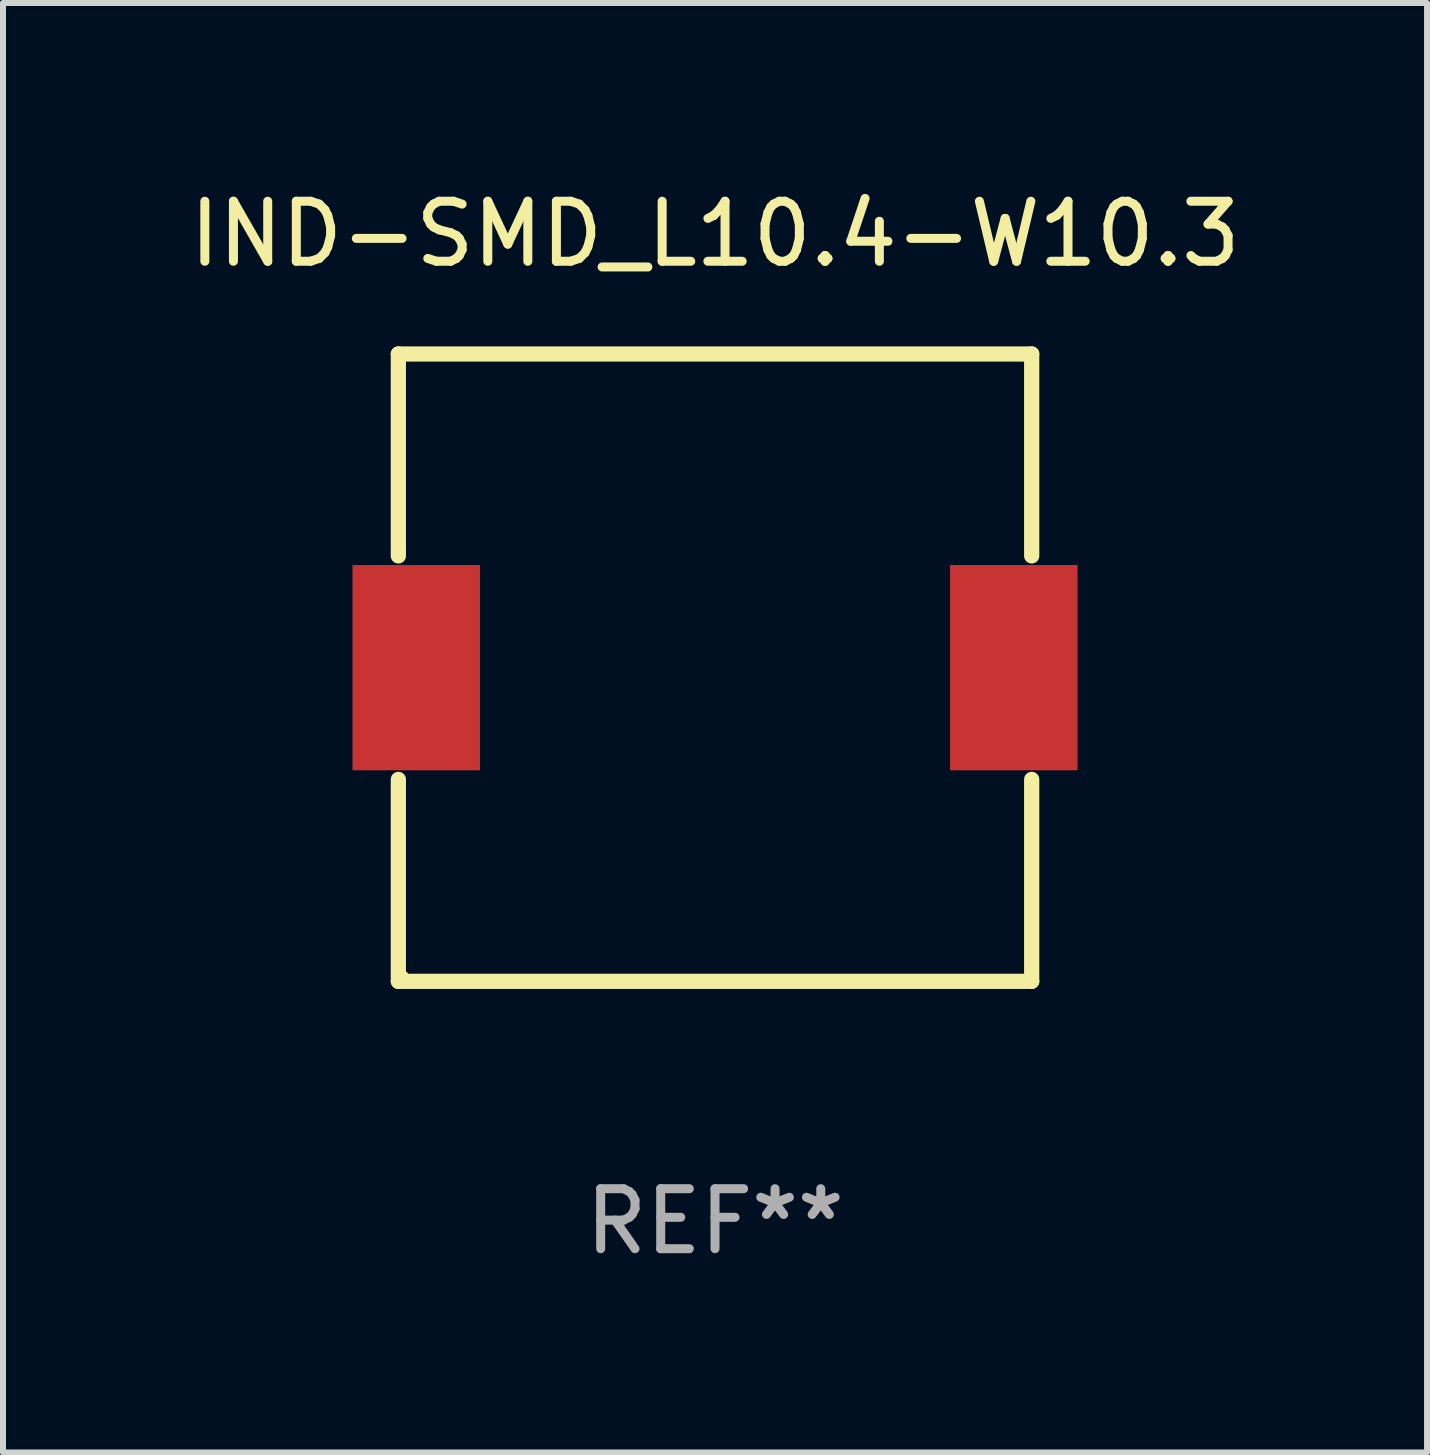
<source format=kicad_pcb>
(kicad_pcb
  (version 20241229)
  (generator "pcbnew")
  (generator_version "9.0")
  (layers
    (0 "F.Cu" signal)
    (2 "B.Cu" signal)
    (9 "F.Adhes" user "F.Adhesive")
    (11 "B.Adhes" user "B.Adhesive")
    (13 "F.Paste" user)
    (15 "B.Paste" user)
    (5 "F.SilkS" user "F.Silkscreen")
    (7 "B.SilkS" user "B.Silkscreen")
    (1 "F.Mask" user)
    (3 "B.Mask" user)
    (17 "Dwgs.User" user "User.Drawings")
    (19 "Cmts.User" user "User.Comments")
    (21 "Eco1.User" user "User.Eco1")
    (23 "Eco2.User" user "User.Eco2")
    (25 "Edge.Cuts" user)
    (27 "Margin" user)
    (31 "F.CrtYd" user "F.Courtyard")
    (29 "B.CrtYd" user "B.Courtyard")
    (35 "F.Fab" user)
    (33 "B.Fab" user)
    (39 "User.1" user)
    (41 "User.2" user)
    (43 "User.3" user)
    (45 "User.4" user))
  (footprint "IND-SMD_L10.4-W10.3"
    (layer "F.Cu")
    (at 8.863 8.074)
    (property "Reference" "IND-SMD_L10.4-W10.3" (at 0 -7.226 0) (layer "F.SilkS") (effects (font (size 1 1) (thickness 0.15))))
    (attr through_hole)
    (fp_line (start -5.276 -5.226) (end 5.276 -5.226) (stroke (width 0.254) (type solid)) (layer "F.SilkS"))
    (fp_line (start -5.276 -1.862) (end -5.276 -5.226) (stroke (width 0.254) (type solid)) (layer "F.SilkS"))
    (fp_line (start -5.276 1.862) (end -5.276 5.226) (stroke (width 0.254) (type solid)) (layer "F.SilkS"))
    (fp_line (start -5.276 5.226) (end 5.276 5.226) (stroke (width 0.254) (type solid)) (layer "F.SilkS"))
    (fp_line (start 5.276 -5.226) (end 5.276 -1.862) (stroke (width 0.254) (type solid)) (layer "F.SilkS"))
    (fp_line (start 5.276 5.226) (end 5.276 1.862) (stroke (width 0.254) (type solid)) (layer "F.SilkS"))
    (fp_circle (center -5.17 5.12) (end -5.14 5.12) (stroke (width 0.06) (type solid)) (fill no) (layer "F.SilkS"))
    (fp_text user "REF**" (at 0 9.226 0) (layer "F.Fab") (effects (font (size 1 1) (thickness 0.15))))
    (pad "1" smd rect (at 4.978 0) (size 2.124 3.42) (layers "F.Cu" "F.Mask" "F.Paste"))
    (pad "2" smd rect (at -4.978 0) (size 2.124 3.42) (layers "F.Cu" "F.Mask" "F.Paste")))
  (gr_rect
    (start -3 -3)
    (end 20.726 21.149)
    (stroke (width 0.1) (type default))
    (fill no)
    (layer "Edge.Cuts")))
</source>
